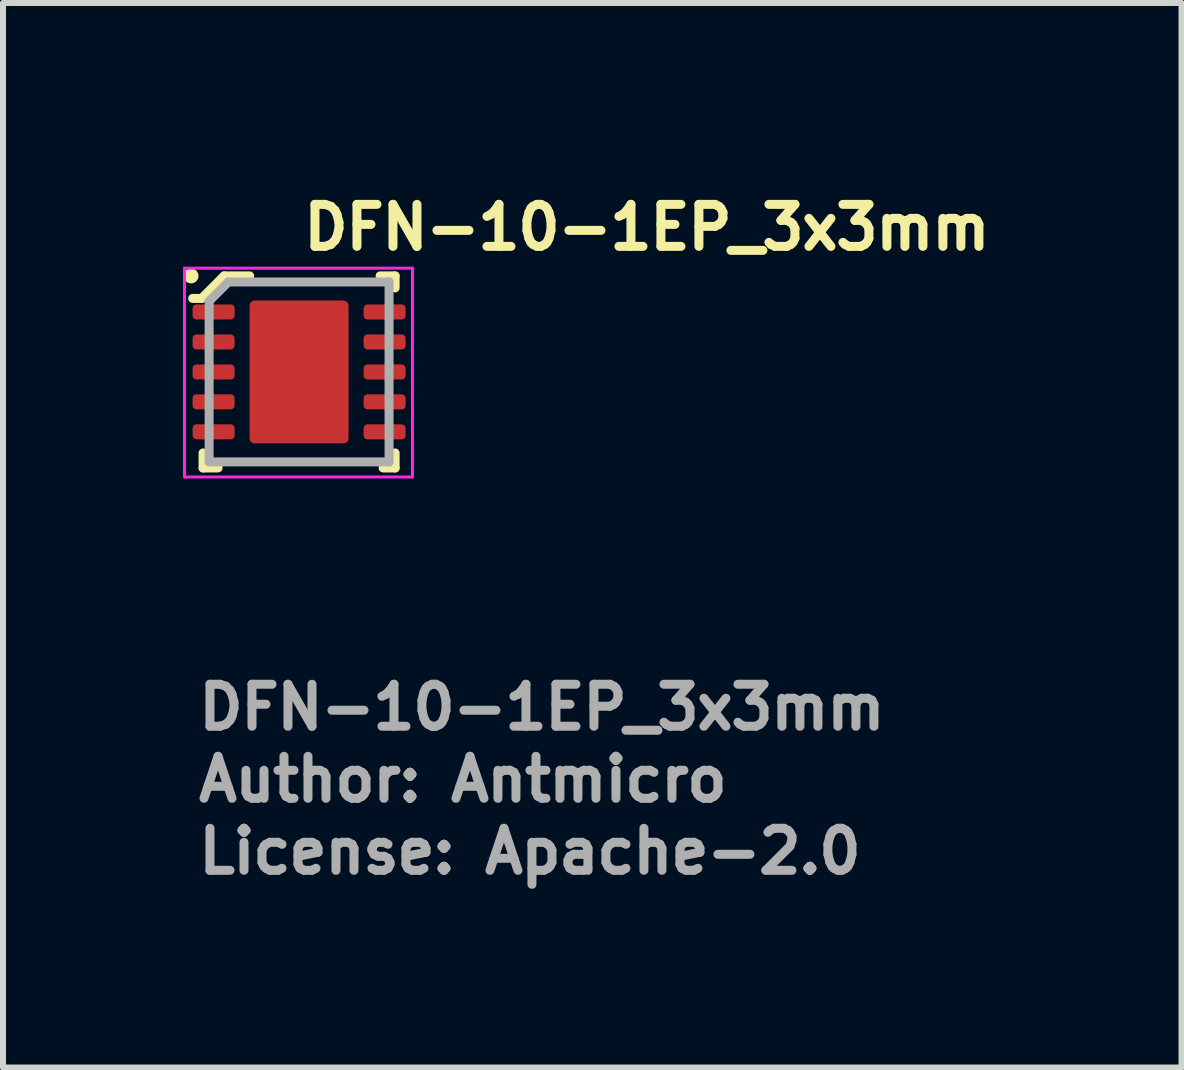
<source format=kicad_pcb>
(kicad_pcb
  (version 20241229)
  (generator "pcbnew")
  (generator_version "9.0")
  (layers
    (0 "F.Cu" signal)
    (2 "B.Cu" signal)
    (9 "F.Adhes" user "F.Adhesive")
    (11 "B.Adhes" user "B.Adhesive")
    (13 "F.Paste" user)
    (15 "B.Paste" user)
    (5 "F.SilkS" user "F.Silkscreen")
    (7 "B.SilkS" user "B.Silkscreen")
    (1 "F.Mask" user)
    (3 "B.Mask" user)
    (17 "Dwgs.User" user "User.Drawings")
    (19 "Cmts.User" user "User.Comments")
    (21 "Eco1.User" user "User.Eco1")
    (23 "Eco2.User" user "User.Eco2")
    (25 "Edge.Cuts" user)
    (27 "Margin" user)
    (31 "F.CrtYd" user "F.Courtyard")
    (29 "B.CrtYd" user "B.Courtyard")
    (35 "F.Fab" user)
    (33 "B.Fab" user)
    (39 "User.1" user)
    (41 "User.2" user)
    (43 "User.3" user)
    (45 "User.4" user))
  (footprint "DFN-10-1EP_3x3mm"
    (layer "F.Cu")
    (at 1.935 3.15)
    (property "Reference" "DFN-10-1EP_3x3mm" (at 0 -2 0) (layer "F.SilkS") (effects (font (size 0.7 0.7) (thickness 0.15)) (justify left bottom)))
    (attr smd)
    (fp_line (start -1.624 -1.226) (end -1.773 -1.226) (stroke (width 0.15) (type solid)) (layer "F.SilkS"))
    (fp_line (start -1.6 1.6) (end -1.6 1.35) (stroke (width 0.15) (type solid)) (layer "F.SilkS"))
    (fp_line (start -1.6 1.6) (end -1.35 1.6) (stroke (width 0.15) (type solid)) (layer "F.SilkS"))
    (fp_line (start -1.249 -1.601) (end -1.624 -1.226) (stroke (width 0.15) (type solid)) (layer "F.SilkS"))
    (fp_line (start -1.249 -1.601) (end -0.824 -1.601) (stroke (width 0.15) (type solid)) (layer "F.SilkS"))
    (fp_line (start 1.601 -1.601) (end 1.351 -1.601) (stroke (width 0.15) (type solid)) (layer "F.SilkS"))
    (fp_line (start 1.601 -1.601) (end 1.601 -1.401) (stroke (width 0.15) (type solid)) (layer "F.SilkS"))
    (fp_line (start 1.601 1.6) (end 1.401 1.6) (stroke (width 0.15) (type solid)) (layer "F.SilkS"))
    (fp_line (start 1.601 1.6) (end 1.601 1.35) (stroke (width 0.15) (type solid)) (layer "F.SilkS"))
    (fp_circle (center -1.8 -1.6) (end -1.8 -1.551) (stroke (width 0.15) (type solid)) (fill yes) (layer "F.SilkS"))
    (fp_line (start -1.91 -1.73) (end 1.89 -1.73) (stroke (width 0.05) (type solid)) (layer "F.CrtYd"))
    (fp_line (start -1.91 1.75) (end -1.91 -1.73) (stroke (width 0.05) (type solid)) (layer "F.CrtYd"))
    (fp_line (start 1.89 1.75) (end -1.91 1.75) (stroke (width 0.05) (type solid)) (layer "F.CrtYd"))
    (fp_line (start 1.89 1.75) (end 1.89 -1.73) (stroke (width 0.05) (type solid)) (layer "F.CrtYd"))
    (fp_line (start -1.499 -1.18) (end -1.179 -1.5) (stroke (width 0.15) (type solid)) (layer "F.Fab"))
    (fp_line (start -1.499 1.499) (end -1.499 -1.176) (stroke (width 0.15) (type solid)) (layer "F.Fab"))
    (fp_line (start 1.5 -1.5) (end -1.175 -1.5) (stroke (width 0.15) (type solid)) (layer "F.Fab"))
    (fp_line (start 1.5 -1.5) (end 1.5 1.499) (stroke (width 0.15) (type solid)) (layer "F.Fab"))
    (fp_line (start 1.5 1.499) (end -1.499 1.499) (stroke (width 0.15) (type solid)) (layer "F.Fab"))
    (fp_rect (start -1.5 1.49) (end 1.499 -1.489) (stroke (width 0.1) (type solid)) (fill no) (layer "User.5"))
    (fp_line (start -1.5 -1.124) (end -1.5 -0.873) (stroke (width 0.02) (type solid)) (layer "User.9"))
    (fp_line (start -1.5 -0.873) (end -1.49 -0.873) (stroke (width 0.02) (type solid)) (layer "User.9"))
    (fp_line (start -1.5 -0.623) (end -1.5 -0.373) (stroke (width 0.02) (type solid)) (layer "User.9"))
    (fp_line (start -1.5 -0.373) (end -1.49 -0.373) (stroke (width 0.02) (type solid)) (layer "User.9"))
    (fp_line (start -1.5 -0.123) (end -1.5 0.125) (stroke (width 0.02) (type solid)) (layer "User.9"))
    (fp_line (start -1.5 0.125) (end -1.49 0.125) (stroke (width 0.02) (type solid)) (layer "User.9"))
    (fp_line (start -1.5 0.375) (end -1.5 0.625) (stroke (width 0.02) (type solid)) (layer "User.9"))
    (fp_line (start -1.5 0.625) (end -1.49 0.625) (stroke (width 0.02) (type solid)) (layer "User.9"))
    (fp_line (start -1.5 0.875) (end -1.5 1.125) (stroke (width 0.02) (type solid)) (layer "User.9"))
    (fp_line (start -1.5 1.125) (end -1.49 1.125) (stroke (width 0.02) (type solid)) (layer "User.9"))
    (fp_line (start -1.49 -1.489) (end -1.49 1.49) (stroke (width 0.02) (type solid)) (layer "User.9"))
    (fp_line (start -1.49 -1.489) (end 1.489 -1.489) (stroke (width 0.02) (type solid)) (layer "User.9"))
    (fp_line (start -1.49 -1.124) (end -1.5 -1.124) (stroke (width 0.02) (type solid)) (layer "User.9"))
    (fp_line (start -1.49 -0.623) (end -1.5 -0.623) (stroke (width 0.02) (type solid)) (layer "User.9"))
    (fp_line (start -1.49 -0.123) (end -1.5 -0.123) (stroke (width 0.02) (type solid)) (layer "User.9"))
    (fp_line (start -1.49 0.375) (end -1.5 0.375) (stroke (width 0.02) (type solid)) (layer "User.9"))
    (fp_line (start -1.49 0.875) (end -1.5 0.875) (stroke (width 0.02) (type solid)) (layer "User.9"))
    (fp_line (start -1.49 1.49) (end 1.489 1.49) (stroke (width 0.02) (type solid)) (layer "User.9"))
    (fp_line (start -1.151 -0.912) (end -1.151 -0.9) (stroke (width 0.02) (type solid)) (layer "User.9"))
    (fp_line (start -1.151 -0.9) (end -1.151 -0.9) (stroke (width 0.02) (type solid)) (layer "User.9"))
    (fp_line (start -1.151 -0.9) (end -1.151 -0.886) (stroke (width 0.02) (type solid)) (layer "User.9"))
    (fp_line (start -1.151 -0.886) (end -1.149 -0.873) (stroke (width 0.02) (type solid)) (layer "User.9"))
    (fp_line (start -1.149 -0.938) (end -1.149 -0.925) (stroke (width 0.02) (type solid)) (layer "User.9"))
    (fp_line (start -1.149 -0.925) (end -1.151 -0.912) (stroke (width 0.02) (type solid)) (layer "User.9"))
    (fp_line (start -1.149 -0.873) (end -1.149 -0.86) (stroke (width 0.02) (type solid)) (layer "User.9"))
    (fp_line (start -1.149 -0.86) (end -1.145 -0.848) (stroke (width 0.02) (type solid)) (layer "User.9"))
    (fp_line (start -1.145 -0.95) (end -1.149 -0.938) (stroke (width 0.02) (type solid)) (layer "User.9"))
    (fp_line (start -1.145 -0.848) (end -1.143 -0.836) (stroke (width 0.02) (type solid)) (layer "User.9"))
    (fp_line (start -1.143 -0.961) (end -1.145 -0.95) (stroke (width 0.02) (type solid)) (layer "User.9"))
    (fp_line (start -1.143 -0.836) (end -1.139 -0.825) (stroke (width 0.02) (type solid)) (layer "User.9"))
    (fp_line (start -1.139 -0.973) (end -1.143 -0.961) (stroke (width 0.02) (type solid)) (layer "User.9"))
    (fp_line (start -1.139 -0.825) (end -1.135 -0.814) (stroke (width 0.02) (type solid)) (layer "User.9"))
    (fp_line (start -1.135 -0.984) (end -1.139 -0.973) (stroke (width 0.02) (type solid)) (layer "User.9"))
    (fp_line (start -1.135 -0.814) (end -1.131 -0.802) (stroke (width 0.02) (type solid)) (layer "User.9"))
    (fp_line (start -1.131 -0.996) (end -1.135 -0.984) (stroke (width 0.02) (type solid)) (layer "User.9"))
    (fp_line (start -1.131 -0.802) (end -1.127 -0.791) (stroke (width 0.02) (type solid)) (layer "User.9"))
    (fp_line (start -1.127 -1.007) (end -1.131 -0.996) (stroke (width 0.02) (type solid)) (layer "User.9"))
    (fp_line (start -1.127 -0.791) (end -1.121 -0.78) (stroke (width 0.02) (type solid)) (layer "User.9"))
    (fp_line (start -1.121 -1.019) (end -1.127 -1.007) (stroke (width 0.02) (type solid)) (layer "User.9"))
    (fp_line (start -1.121 -0.78) (end -1.115 -0.77) (stroke (width 0.02) (type solid)) (layer "User.9"))
    (fp_line (start -1.115 -1.028) (end -1.121 -1.019) (stroke (width 0.02) (type solid)) (layer "User.9"))
    (fp_line (start -1.115 -0.77) (end -1.109 -0.759) (stroke (width 0.02) (type solid)) (layer "User.9"))
    (fp_line (start -1.109 -1.038) (end -1.115 -1.028) (stroke (width 0.02) (type solid)) (layer "User.9"))
    (fp_line (start -1.109 -0.759) (end -1.101 -0.749) (stroke (width 0.02) (type solid)) (layer "User.9"))
    (fp_line (start -1.101 -1.048) (end -1.109 -1.038) (stroke (width 0.02) (type solid)) (layer "User.9"))
    (fp_line (start -1.101 -0.749) (end -1.093 -0.739) (stroke (width 0.02) (type solid)) (layer "User.9"))
    (fp_line (start -1.093 -1.058) (end -1.101 -1.048) (stroke (width 0.02) (type solid)) (layer "User.9"))
    (fp_line (start -1.093 -0.739) (end -1.087 -0.73) (stroke (width 0.02) (type solid)) (layer "User.9"))
    (fp_line (start -1.087 -1.068) (end -1.093 -1.058) (stroke (width 0.02) (type solid)) (layer "User.9"))
    (fp_line (start -1.087 -0.73) (end -1.077 -0.722) (stroke (width 0.02) (type solid)) (layer "User.9"))
    (fp_line (start -1.077 -1.076) (end -1.087 -1.068) (stroke (width 0.02) (type solid)) (layer "User.9"))
    (fp_line (start -1.077 -0.722) (end -1.069 -0.713) (stroke (width 0.02) (type solid)) (layer "User.9"))
    (fp_line (start -1.069 -1.084) (end -1.077 -1.076) (stroke (width 0.02) (type solid)) (layer "User.9"))
    (fp_line (start -1.069 -0.713) (end -1.061 -0.706) (stroke (width 0.02) (type solid)) (layer "User.9"))
    (fp_line (start -1.061 -1.092) (end -1.069 -1.084) (stroke (width 0.02) (type solid)) (layer "User.9"))
    (fp_line (start -1.061 -0.706) (end -1.051 -0.699) (stroke (width 0.02) (type solid)) (layer "User.9"))
    (fp_line (start -1.051 -1.1) (end -1.061 -1.092) (stroke (width 0.02) (type solid)) (layer "User.9"))
    (fp_line (start -1.051 -0.699) (end -1.041 -0.692) (stroke (width 0.02) (type solid)) (layer "User.9"))
    (fp_line (start -1.041 -1.106) (end -1.051 -1.1) (stroke (width 0.02) (type solid)) (layer "User.9"))
    (fp_line (start -1.041 -0.692) (end -1.031 -0.686) (stroke (width 0.02) (type solid)) (layer "User.9"))
    (fp_line (start -1.031 -1.112) (end -1.041 -1.106) (stroke (width 0.02) (type solid)) (layer "User.9"))
    (fp_line (start -1.031 -0.686) (end -1.02 -0.68) (stroke (width 0.02) (type solid)) (layer "User.9"))
    (fp_line (start -1.02 -1.118) (end -1.031 -1.112) (stroke (width 0.02) (type solid)) (layer "User.9"))
    (fp_line (start -1.02 -0.68) (end -1.01 -0.674) (stroke (width 0.02) (type solid)) (layer "User.9"))
    (fp_line (start -1.01 -1.124) (end -1.02 -1.118) (stroke (width 0.02) (type solid)) (layer "User.9"))
    (fp_line (start -1.01 -0.674) (end -0.998 -0.669) (stroke (width 0.02) (type solid)) (layer "User.9"))
    (fp_line (start -0.998 -1.13) (end -1.01 -1.124) (stroke (width 0.02) (type solid)) (layer "User.9"))
    (fp_line (start -0.998 -0.669) (end -0.986 -0.665) (stroke (width 0.02) (type solid)) (layer "User.9"))
    (fp_line (start -0.986 -1.134) (end -0.998 -1.13) (stroke (width 0.02) (type solid)) (layer "User.9"))
    (fp_line (start -0.986 -0.665) (end -0.975 -0.661) (stroke (width 0.02) (type solid)) (layer "User.9"))
    (fp_line (start -0.975 -1.138) (end -0.986 -1.134) (stroke (width 0.02) (type solid)) (layer "User.9"))
    (fp_line (start -0.975 -0.661) (end -0.963 -0.657) (stroke (width 0.02) (type solid)) (layer "User.9"))
    (fp_line (start -0.963 -1.142) (end -0.975 -1.138) (stroke (width 0.02) (type solid)) (layer "User.9"))
    (fp_line (start -0.963 -0.657) (end -0.952 -0.655) (stroke (width 0.02) (type solid)) (layer "User.9"))
    (fp_line (start -0.952 -1.144) (end -0.963 -1.142) (stroke (width 0.02) (type solid)) (layer "User.9"))
    (fp_line (start -0.952 -0.655) (end -0.94 -0.652) (stroke (width 0.02) (type solid)) (layer "User.9"))
    (fp_line (start -0.94 -1.146) (end -0.952 -1.144) (stroke (width 0.02) (type solid)) (layer "User.9"))
    (fp_line (start -0.94 -0.652) (end -0.927 -0.651) (stroke (width 0.02) (type solid)) (layer "User.9"))
    (fp_line (start -0.927 -1.148) (end -0.94 -1.146) (stroke (width 0.02) (type solid)) (layer "User.9"))
    (fp_line (start -0.927 -0.651) (end -0.914 -0.65) (stroke (width 0.02) (type solid)) (layer "User.9"))
    (fp_line (start -0.914 -1.148) (end -0.927 -1.148) (stroke (width 0.02) (type solid)) (layer "User.9"))
    (fp_line (start -0.914 -0.65) (end -0.902 -0.65) (stroke (width 0.02) (type solid)) (layer "User.9"))
    (fp_line (start -0.902 -1.148) (end -0.914 -1.148) (stroke (width 0.02) (type solid)) (layer "User.9"))
    (fp_line (start -0.902 -1.148) (end -0.902 -1.148) (stroke (width 0.02) (type solid)) (layer "User.9"))
    (fp_line (start -0.902 -1.148) (end -0.902 -1.148) (stroke (width 0.02) (type solid)) (layer "User.9"))
    (fp_line (start -0.902 -0.65) (end -0.902 -0.65) (stroke (width 0.02) (type solid)) (layer "User.9"))
    (fp_line (start -0.902 -0.65) (end -0.888 -0.65) (stroke (width 0.02) (type solid)) (layer "User.9"))
    (fp_line (start -0.888 -1.148) (end -0.902 -1.148) (stroke (width 0.02) (type solid)) (layer "User.9"))
    (fp_line (start -0.888 -0.65) (end -0.875 -0.651) (stroke (width 0.02) (type solid)) (layer "User.9"))
    (fp_line (start -0.875 -1.148) (end -0.888 -1.148) (stroke (width 0.02) (type solid)) (layer "User.9"))
    (fp_line (start -0.875 -0.651) (end -0.862 -0.652) (stroke (width 0.02) (type solid)) (layer "User.9"))
    (fp_line (start -0.862 -1.146) (end -0.875 -1.148) (stroke (width 0.02) (type solid)) (layer "User.9"))
    (fp_line (start -0.862 -0.652) (end -0.85 -0.655) (stroke (width 0.02) (type solid)) (layer "User.9"))
    (fp_line (start -0.85 -1.144) (end -0.862 -1.146) (stroke (width 0.02) (type solid)) (layer "User.9"))
    (fp_line (start -0.85 -0.655) (end -0.838 -0.657) (stroke (width 0.02) (type solid)) (layer "User.9"))
    (fp_line (start -0.838 -1.142) (end -0.85 -1.144) (stroke (width 0.02) (type solid)) (layer "User.9"))
    (fp_line (start -0.838 -0.657) (end -0.827 -0.661) (stroke (width 0.02) (type solid)) (layer "User.9"))
    (fp_line (start -0.827 -1.138) (end -0.838 -1.142) (stroke (width 0.02) (type solid)) (layer "User.9"))
    (fp_line (start -0.827 -0.661) (end -0.816 -0.665) (stroke (width 0.02) (type solid)) (layer "User.9"))
    (fp_line (start -0.816 -1.134) (end -0.827 -1.138) (stroke (width 0.02) (type solid)) (layer "User.9"))
    (fp_line (start -0.816 -0.665) (end -0.804 -0.669) (stroke (width 0.02) (type solid)) (layer "User.9"))
    (fp_line (start -0.804 -1.13) (end -0.816 -1.134) (stroke (width 0.02) (type solid)) (layer "User.9"))
    (fp_line (start -0.804 -0.669) (end -0.793 -0.674) (stroke (width 0.02) (type solid)) (layer "User.9"))
    (fp_line (start -0.793 -1.124) (end -0.804 -1.13) (stroke (width 0.02) (type solid)) (layer "User.9"))
    (fp_line (start -0.793 -0.674) (end -0.782 -0.68) (stroke (width 0.02) (type solid)) (layer "User.9"))
    (fp_line (start -0.782 -1.118) (end -0.793 -1.124) (stroke (width 0.02) (type solid)) (layer "User.9"))
    (fp_line (start -0.782 -0.68) (end -0.772 -0.686) (stroke (width 0.02) (type solid)) (layer "User.9"))
    (fp_line (start -0.772 -1.112) (end -0.782 -1.118) (stroke (width 0.02) (type solid)) (layer "User.9"))
    (fp_line (start -0.772 -0.686) (end -0.761 -0.692) (stroke (width 0.02) (type solid)) (layer "User.9"))
    (fp_line (start -0.761 -1.106) (end -0.772 -1.112) (stroke (width 0.02) (type solid)) (layer "User.9"))
    (fp_line (start -0.761 -0.692) (end -0.751 -0.699) (stroke (width 0.02) (type solid)) (layer "User.9"))
    (fp_line (start -0.751 -1.1) (end -0.761 -1.106) (stroke (width 0.02) (type solid)) (layer "User.9"))
    (fp_line (start -0.751 -0.699) (end -0.741 -0.706) (stroke (width 0.02) (type solid)) (layer "User.9"))
    (fp_line (start -0.741 -1.092) (end -0.751 -1.1) (stroke (width 0.02) (type solid)) (layer "User.9"))
    (fp_line (start -0.741 -0.706) (end -0.732 -0.713) (stroke (width 0.02) (type solid)) (layer "User.9"))
    (fp_line (start -0.732 -1.084) (end -0.741 -1.092) (stroke (width 0.02) (type solid)) (layer "User.9"))
    (fp_line (start -0.732 -0.713) (end -0.724 -0.722) (stroke (width 0.02) (type solid)) (layer "User.9"))
    (fp_line (start -0.724 -1.076) (end -0.732 -1.084) (stroke (width 0.02) (type solid)) (layer "User.9"))
    (fp_line (start -0.724 -0.722) (end -0.715 -0.73) (stroke (width 0.02) (type solid)) (layer "User.9"))
    (fp_line (start -0.715 -1.068) (end -0.724 -1.076) (stroke (width 0.02) (type solid)) (layer "User.9"))
    (fp_line (start -0.715 -0.73) (end -0.708 -0.739) (stroke (width 0.02) (type solid)) (layer "User.9"))
    (fp_line (start -0.708 -1.058) (end -0.715 -1.068) (stroke (width 0.02) (type solid)) (layer "User.9"))
    (fp_line (start -0.708 -0.739) (end -0.701 -0.749) (stroke (width 0.02) (type solid)) (layer "User.9"))
    (fp_line (start -0.701 -1.048) (end -0.708 -1.058) (stroke (width 0.02) (type solid)) (layer "User.9"))
    (fp_line (start -0.701 -0.749) (end -0.694 -0.759) (stroke (width 0.02) (type solid)) (layer "User.9"))
    (fp_line (start -0.694 -1.038) (end -0.701 -1.048) (stroke (width 0.02) (type solid)) (layer "User.9"))
    (fp_line (start -0.694 -0.759) (end -0.688 -0.77) (stroke (width 0.02) (type solid)) (layer "User.9"))
    (fp_line (start -0.688 -1.028) (end -0.694 -1.038) (stroke (width 0.02) (type solid)) (layer "User.9"))
    (fp_line (start -0.688 -0.77) (end -0.682 -0.78) (stroke (width 0.02) (type solid)) (layer "User.9"))
    (fp_line (start -0.682 -1.019) (end -0.688 -1.028) (stroke (width 0.02) (type solid)) (layer "User.9"))
    (fp_line (start -0.682 -0.78) (end -0.676 -0.791) (stroke (width 0.02) (type solid)) (layer "User.9"))
    (fp_line (start -0.676 -1.007) (end -0.682 -1.019) (stroke (width 0.02) (type solid)) (layer "User.9"))
    (fp_line (start -0.676 -0.791) (end -0.671 -0.802) (stroke (width 0.02) (type solid)) (layer "User.9"))
    (fp_line (start -0.671 -0.996) (end -0.676 -1.007) (stroke (width 0.02) (type solid)) (layer "User.9"))
    (fp_line (start -0.671 -0.802) (end -0.667 -0.814) (stroke (width 0.02) (type solid)) (layer "User.9"))
    (fp_line (start -0.667 -0.984) (end -0.671 -0.996) (stroke (width 0.02) (type solid)) (layer "User.9"))
    (fp_line (start -0.667 -0.814) (end -0.663 -0.825) (stroke (width 0.02) (type solid)) (layer "User.9"))
    (fp_line (start -0.663 -0.973) (end -0.667 -0.984) (stroke (width 0.02) (type solid)) (layer "User.9"))
    (fp_line (start -0.663 -0.825) (end -0.659 -0.836) (stroke (width 0.02) (type solid)) (layer "User.9"))
    (fp_line (start -0.659 -0.961) (end -0.663 -0.973) (stroke (width 0.02) (type solid)) (layer "User.9"))
    (fp_line (start -0.659 -0.836) (end -0.657 -0.848) (stroke (width 0.02) (type solid)) (layer "User.9"))
    (fp_line (start -0.657 -0.95) (end -0.659 -0.961) (stroke (width 0.02) (type solid)) (layer "User.9"))
    (fp_line (start -0.657 -0.848) (end -0.654 -0.86) (stroke (width 0.02) (type solid)) (layer "User.9"))
    (fp_line (start -0.654 -0.938) (end -0.657 -0.95) (stroke (width 0.02) (type solid)) (layer "User.9"))
    (fp_line (start -0.654 -0.86) (end -0.653 -0.873) (stroke (width 0.02) (type solid)) (layer "User.9"))
    (fp_line (start -0.653 -0.925) (end -0.654 -0.938) (stroke (width 0.02) (type solid)) (layer "User.9"))
    (fp_line (start -0.653 -0.873) (end -0.652 -0.886) (stroke (width 0.02) (type solid)) (layer "User.9"))
    (fp_line (start -0.652 -0.912) (end -0.653 -0.925) (stroke (width 0.02) (type solid)) (layer "User.9"))
    (fp_line (start -0.652 -0.9) (end -0.652 -0.912) (stroke (width 0.02) (type solid)) (layer "User.9"))
    (fp_line (start -0.652 -0.9) (end -0.652 -0.9) (stroke (width 0.02) (type solid)) (layer "User.9"))
    (fp_line (start -0.652 -0.886) (end -0.652 -0.9) (stroke (width 0.02) (type solid)) (layer "User.9"))
    (fp_line (start 1.489 -1.489) (end 1.489 1.49) (stroke (width 0.02) (type solid)) (layer "User.9"))
    (fp_line (start 1.489 -0.873) (end 1.499 -0.873) (stroke (width 0.02) (type solid)) (layer "User.9"))
    (fp_line (start 1.489 -0.373) (end 1.499 -0.373) (stroke (width 0.02) (type solid)) (layer "User.9"))
    (fp_line (start 1.489 0.125) (end 1.499 0.125) (stroke (width 0.02) (type solid)) (layer "User.9"))
    (fp_line (start 1.489 0.625) (end 1.499 0.625) (stroke (width 0.02) (type solid)) (layer "User.9"))
    (fp_line (start 1.489 1.125) (end 1.499 1.125) (stroke (width 0.02) (type solid)) (layer "User.9"))
    (fp_line (start 1.499 -1.124) (end 1.489 -1.124) (stroke (width 0.02) (type solid)) (layer "User.9"))
    (fp_line (start 1.499 -0.873) (end 1.499 -1.124) (stroke (width 0.02) (type solid)) (layer "User.9"))
    (fp_line (start 1.499 -0.623) (end 1.489 -0.623) (stroke (width 0.02) (type solid)) (layer "User.9"))
    (fp_line (start 1.499 -0.373) (end 1.499 -0.623) (stroke (width 0.02) (type solid)) (layer "User.9"))
    (fp_line (start 1.499 -0.123) (end 1.489 -0.123) (stroke (width 0.02) (type solid)) (layer "User.9"))
    (fp_line (start 1.499 0.125) (end 1.499 -0.123) (stroke (width 0.02) (type solid)) (layer "User.9"))
    (fp_line (start 1.499 0.375) (end 1.489 0.375) (stroke (width 0.02) (type solid)) (layer "User.9"))
    (fp_line (start 1.499 0.625) (end 1.499 0.375) (stroke (width 0.02) (type solid)) (layer "User.9"))
    (fp_line (start 1.499 0.875) (end 1.489 0.875) (stroke (width 0.02) (type solid)) (layer "User.9"))
    (fp_line (start 1.499 1.125) (end 1.499 0.875) (stroke (width 0.02) (type solid)) (layer "User.9"))
    (fp_text user "Author: Antmicro" (at -1.75 7.2 0) (layer "F.Fab") (effects (font (size 0.7 0.7) (thickness 0.15)) (justify left bottom)))
    (fp_text user "${REFERENCE}" (at -1.75 5.999 0) (layer "F.Fab") (effects (font (size 0.7 0.7) (thickness 0.15)) (justify left bottom)))
    (fp_text user "License: Apache-2.0" (at -1.75 8.4 0) (layer "F.Fab") (effects (font (size 0.7 0.7) (thickness 0.15)) (justify left bottom)))
    (pad "1" smd roundrect (at -1.425 -1 270) (size 0.25 0.7) (layers "F.Cu" "F.Mask" "F.Paste") (roundrect_rratio 0.25))
    (pad "2" smd roundrect (at -1.425 -0.5 270) (size 0.25 0.7) (layers "F.Cu" "F.Mask" "F.Paste") (roundrect_rratio 0.25))
    (pad "3" smd roundrect (at -1.425 0 270) (size 0.25 0.7) (layers "F.Cu" "F.Mask" "F.Paste") (roundrect_rratio 0.25))
    (pad "4" smd roundrect (at -1.425 0.498 270) (size 0.25 0.7) (layers "F.Cu" "F.Mask" "F.Paste") (roundrect_rratio 0.25))
    (pad "5" smd roundrect (at -1.425 0.998 270) (size 0.25 0.7) (layers "F.Cu" "F.Mask" "F.Paste") (roundrect_rratio 0.25))
    (pad "6" smd roundrect (at 1.426 0.998 270) (size 0.25 0.7) (layers "F.Cu" "F.Mask" "F.Paste") (roundrect_rratio 0.25))
    (pad "7" smd roundrect (at 1.426 0.498 270) (size 0.25 0.7) (layers "F.Cu" "F.Mask" "F.Paste") (roundrect_rratio 0.25))
    (pad "8" smd roundrect (at 1.426 0 270) (size 0.25 0.7) (layers "F.Cu" "F.Mask" "F.Paste") (roundrect_rratio 0.25))
    (pad "9" smd roundrect (at 1.426 -0.5 270) (size 0.25 0.7) (layers "F.Cu" "F.Mask" "F.Paste") (roundrect_rratio 0.25))
    (pad "10" smd roundrect (at 1.426 -1 270) (size 0.25 0.7) (layers "F.Cu" "F.Mask" "F.Paste") (roundrect_rratio 0.25))
    (pad "11" smd roundrect (at 0 0 270) (size 2.38 1.65) (layers "F.Cu" "F.Mask" "F.Paste") (roundrect_rratio 0.05)))
  (gr_rect
    (start -3 -3)
    (end 16.645 14.745)
    (stroke (width 0.1) (type default))
    (fill no)
    (layer "Edge.Cuts")))
</source>
